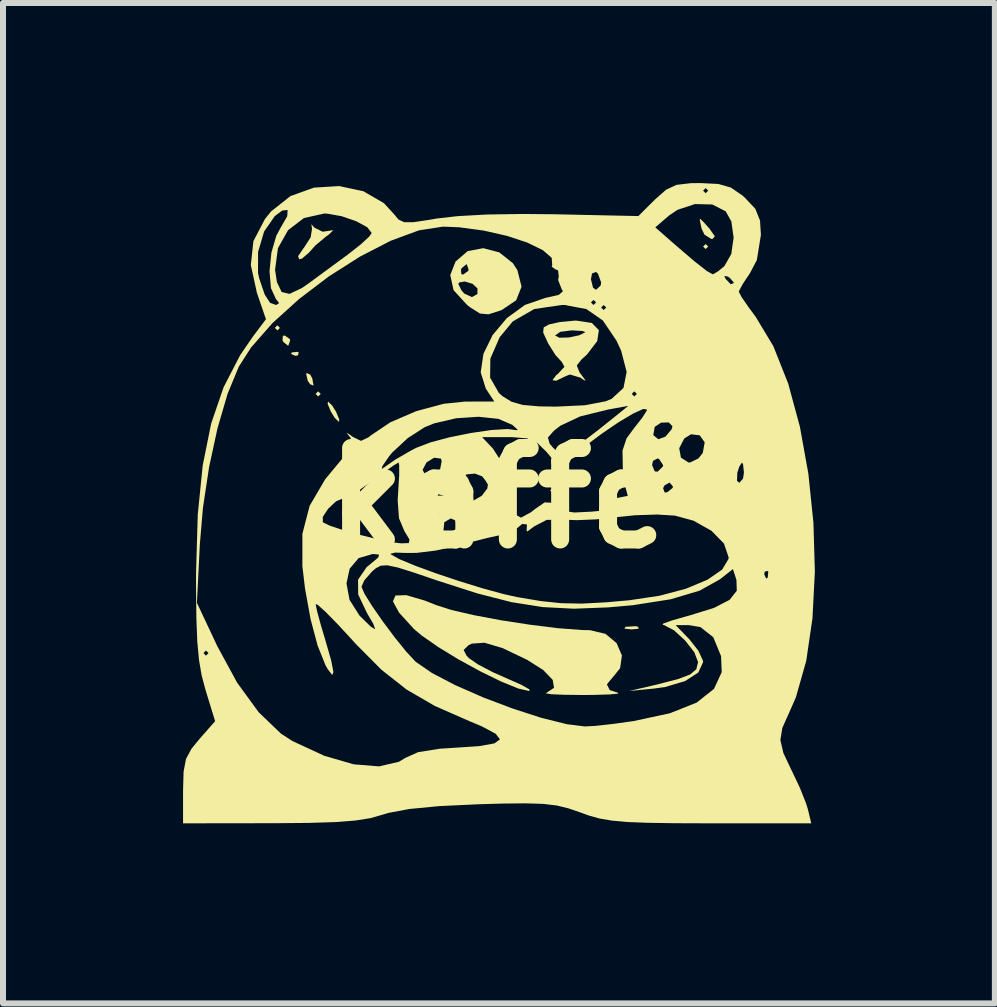
<source format=kicad_pcb>
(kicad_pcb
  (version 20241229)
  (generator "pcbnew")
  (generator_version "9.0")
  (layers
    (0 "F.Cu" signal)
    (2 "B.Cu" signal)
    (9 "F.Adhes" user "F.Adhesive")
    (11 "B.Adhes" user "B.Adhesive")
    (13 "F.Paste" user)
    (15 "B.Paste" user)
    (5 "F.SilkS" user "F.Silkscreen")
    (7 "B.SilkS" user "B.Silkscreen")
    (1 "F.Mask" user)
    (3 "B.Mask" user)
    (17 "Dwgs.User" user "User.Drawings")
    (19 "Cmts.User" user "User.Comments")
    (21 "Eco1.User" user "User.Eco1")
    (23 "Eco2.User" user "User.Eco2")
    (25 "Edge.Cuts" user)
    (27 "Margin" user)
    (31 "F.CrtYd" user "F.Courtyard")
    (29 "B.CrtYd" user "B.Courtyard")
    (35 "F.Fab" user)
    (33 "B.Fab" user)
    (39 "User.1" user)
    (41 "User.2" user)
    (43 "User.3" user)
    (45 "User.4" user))
  (footprint "kaffe"
    (layer "F.Cu")
    (at 5.267 5.249)
    (property "Reference" "kaffe" (at 0 0 0) (layer "F.SilkS") (effects (font (size 1.524 1.524) (thickness 0.3))))
    (attr board_only exclude_from_pos_files exclude_from_bom)
    (fp_poly (pts (xy -3.653 -2.836) (xy -3.695 -2.794) (xy -3.738 -2.836) (xy -3.695 -2.879)) (stroke (width 0) (type solid)) (fill yes) (layer "F.SilkS"))
    (fp_poly (pts (xy -2.973 -1.736) (xy -3.016 -1.693) (xy -3.058 -1.736) (xy -3.016 -1.778)) (stroke (width 0) (type solid)) (fill yes) (layer "F.SilkS"))
    (fp_poly (pts (xy 0.934 -0.127) (xy 0.892 -0.085) (xy 0.849 -0.127) (xy 0.892 -0.169)) (stroke (width 0) (type solid)) (fill yes) (layer "F.SilkS"))
    (fp_poly (pts (xy 3.483 -4.191) (xy 3.44 -4.149) (xy 3.398 -4.191) (xy 3.44 -4.233)) (stroke (width 0) (type solid)) (fill yes) (layer "F.SilkS"))
    (fp_poly (pts (xy -3.341 -2.427) (xy -3.353 -2.377) (xy -3.398 -2.371) (xy -3.468 -2.402) (xy -3.455 -2.427) (xy -3.354 -2.437)) (stroke (width 0) (type solid)) (fill yes) (layer "F.SilkS"))
    (fp_poly (pts (xy 2.315 2.145) (xy 2.326 2.176) (xy 2.209 2.188) (xy 2.088 2.175) (xy 2.103 2.145) (xy 2.276 2.134)) (stroke (width 0) (type solid)) (fill yes) (layer "F.SilkS"))
    (fp_poly (pts (xy -3.146 -2.055) (xy -3.114 -1.993) (xy -3.092 -1.874) (xy -3.149 -1.897) (xy -3.189 -1.953) (xy -3.215 -2.064) (xy -3.205 -2.084)) (stroke (width 0) (type solid)) (fill yes) (layer "F.SilkS"))
    (fp_poly (pts (xy -3.486 -2.648) (xy -3.483 -2.625) (xy -3.512 -2.542) (xy -3.52 -2.54) (xy -3.593 -2.599) (xy -3.61 -2.625) (xy -3.604 -2.703) (xy -3.573 -2.709)) (stroke (width 0) (type solid)) (fill yes) (layer "F.SilkS"))
    (fp_poly (pts (xy -2.784 -1.544) (xy -2.718 -1.439) (xy -2.664 -1.308) (xy -2.67 -1.27) (xy -2.738 -1.335) (xy -2.803 -1.439) (xy -2.858 -1.57) (xy -2.852 -1.609)) (stroke (width 0) (type solid)) (fill yes) (layer "F.SilkS"))
    (fp_poly (pts (xy 3.404 -4.601) (xy 3.506 -4.487) (xy 3.593 -4.362) (xy 3.557 -4.319) (xy 3.534 -4.318) (xy 3.421 -4.389) (xy 3.373 -4.487) (xy 3.344 -4.623) (xy 3.345 -4.657)) (stroke (width 0) (type solid)) (fill yes) (layer "F.SilkS"))
    (fp_poly (pts (xy -3.079 -4.506) (xy -2.941 -4.438) (xy -2.839 -4.453) (xy -2.763 -4.465) (xy -2.83 -4.398) (xy -2.888 -4.355) (xy -3.063 -4.209) (xy -3.169 -4.09) (xy -3.285 -3.99) (xy -3.332 -3.979) (xy -3.35 -4.031) (xy -3.265 -4.157) (xy -3.254 -4.17) (xy -3.141 -4.344) (xy -3.118 -4.487) (xy -3.13 -4.564)) (stroke (width 0) (type solid)) (fill yes) (layer "F.SilkS"))
    (fp_poly (pts (xy 0.002 -4.094) (xy 0.229 -3.913) (xy 0.303 -3.799) (xy 0.373 -3.523) (xy 0.283 -3.295) (xy 0.04 -3.132) (xy 0.032 -3.129) (xy -0.177 -3.062) (xy -0.32 -3.075) (xy -0.487 -3.181) (xy -0.536 -3.22) (xy -0.76 -3.464) (xy -0.782 -3.565) (xy -0.68 -3.565) (xy -0.627 -3.46) (xy -0.581 -3.407) (xy -0.454 -3.349) (xy -0.363 -3.4) (xy -0.361 -3.493) (xy -0.443 -3.57) (xy -0.573 -3.609) (xy -0.669 -3.592) (xy -0.68 -3.565) (xy -0.782 -3.565) (xy -0.815 -3.716) (xy -0.778 -3.81) (xy -0.637 -3.81) (xy -0.63 -3.732) (xy -0.6 -3.725) (xy -0.513 -3.787) (xy -0.51 -3.81) (xy -0.539 -3.892) (xy -0.547 -3.895) (xy -0.62 -3.835) (xy -0.637 -3.81) (xy -0.778 -3.81) (xy -0.727 -3.941) (xy -0.525 -4.115) (xy -0.266 -4.164)) (stroke (width 0) (type solid)) (fill yes) (layer "F.SilkS"))
    (fp_poly (pts (xy 1.544 -2.918) (xy 1.661 -2.798) (xy 1.634 -2.616) (xy 1.462 -2.391) (xy 1.372 -2.31) (xy 1.293 -2.209) (xy 1.341 -2.091) (xy 1.368 -2.056) (xy 1.443 -1.954) (xy 1.406 -1.969) (xy 1.356 -2.006) (xy 1.179 -2.059) (xy 1.101 -2.028) (xy 0.949 -1.955) (xy 0.888 -1.965) (xy 0.949 -2.046) (xy 0.982 -2.073) (xy 1.087 -2.187) (xy 1.046 -2.265) (xy 0.938 -2.383) (xy 0.817 -2.576) (xy 0.813 -2.584) (xy 0.756 -2.708) (xy 0.934 -2.708) (xy 1.003 -2.672) (xy 1.161 -2.676) (xy 1.334 -2.713) (xy 1.437 -2.764) (xy 1.389 -2.784) (xy 1.224 -2.794) (xy 1.203 -2.794) (xy 1.018 -2.77) (xy 0.935 -2.713) (xy 0.934 -2.708) (xy 0.756 -2.708) (xy 0.733 -2.758) (xy 0.742 -2.844) (xy 0.83 -2.893) (xy 1.013 -2.934) (xy 1.262 -2.957) (xy 1.286 -2.957)) (stroke (width 0) (type solid)) (fill yes) (layer "F.SilkS"))
    (fp_poly (pts (xy -1.235 1.709) (xy -1.052 1.782) (xy -0.794 1.865) (xy -0.415 1.952) (xy 0.039 2.037) (xy 0.521 2.111) (xy 0.983 2.168) (xy 1.378 2.198) (xy 1.514 2.201) (xy 1.772 2.262) (xy 1.957 2.417) (xy 2.045 2.622) (xy 2.015 2.834) (xy 1.911 2.963) (xy 1.795 3.103) (xy 1.842 3.199) (xy 1.975 3.242) (xy 1.983 3.258) (xy 1.846 3.271) (xy 1.593 3.279) (xy 1.402 3.281) (xy 1.087 3.277) (xy 0.869 3.268) (xy 0.777 3.253) (xy 0.791 3.243) (xy 0.914 3.161) (xy 0.892 3.029) (xy 0.734 2.865) (xy 0.466 2.695) (xy 0.056 2.499) (xy -0.245 2.41) (xy -0.456 2.425) (xy -0.51 2.451) (xy -0.592 2.531) (xy -0.544 2.625) (xy -0.503 2.667) (xy -0.355 2.77) (xy -0.107 2.9) (xy 0.134 3.007) (xy 0.369 3.111) (xy 0.502 3.186) (xy 0.506 3.215) (xy 0.505 3.215) (xy 0.319 3.173) (xy 0.034 3.057) (xy -0.311 2.888) (xy -0.674 2.69) (xy -1.015 2.482) (xy -1.293 2.288) (xy -1.423 2.178) (xy -1.669 1.907) (xy -1.77 1.721) (xy -1.728 1.623) (xy -1.549 1.617)) (stroke (width 0) (type solid)) (fill yes) (layer "F.SilkS"))
    (fp_poly (pts (xy 3.651 -5.234) (xy 3.861 -5.174) (xy 4.05 -5.044) (xy 4.09 -5.009) (xy 4.268 -4.82) (xy 4.346 -4.624) (xy 4.361 -4.385) (xy 4.293 -3.965) (xy 4.177 -3.745) (xy 4.057 -3.565) (xy 3.995 -3.449) (xy 3.993 -3.438) (xy 4.04 -3.348) (xy 4.162 -3.171) (xy 4.273 -3.022) (xy 4.569 -2.53) (xy 4.816 -1.907) (xy 5.011 -1.187) (xy 5.152 -0.403) (xy 5.236 0.412) (xy 5.26 1.225) (xy 5.22 2.003) (xy 5.116 2.713) (xy 4.943 3.322) (xy 4.832 3.574) (xy 4.718 3.828) (xy 4.685 4.031) (xy 4.735 4.246) (xy 4.873 4.539) (xy 4.88 4.552) (xy 5.012 4.831) (xy 5.114 5.088) (xy 5.144 5.186) (xy 5.2 5.419) (xy 3.513 5.419) (xy 2.921 5.417) (xy 2.469 5.41) (xy 2.129 5.397) (xy 1.872 5.373) (xy 1.669 5.338) (xy 1.491 5.288) (xy 1.359 5.24) (xy 1.156 5.17) (xy 0.96 5.122) (xy 0.733 5.095) (xy 0.439 5.086) (xy 0.039 5.09) (xy -0.34 5.101) (xy -0.997 5.132) (xy -1.496 5.18) (xy -1.849 5.246) (xy -1.954 5.278) (xy -2.147 5.333) (xy -2.395 5.372) (xy -2.726 5.398) (xy -3.168 5.412) (xy -3.749 5.417) (xy -3.802 5.417) (xy -5.267 5.419) (xy -5.267 4.871) (xy -5.258 4.557) (xy -5.218 4.346) (xy -5.126 4.175) (xy -5 4.021) (xy -4.733 3.717) (xy -4.894 3.192) (xy -4.957 2.956) (xy -5.001 2.7) (xy -5.012 2.582) (xy -4.927 2.582) (xy -4.885 2.625) (xy -4.842 2.582) (xy -4.885 2.54) (xy -4.927 2.582) (xy -5.012 2.582) (xy -5.03 2.393) (xy -5.045 1.998) (xy -5.048 1.745) (xy -5.036 1.745) (xy -4.696 2.468) (xy -4.366 3.075) (xy -4.007 3.568) (xy -3.635 3.925) (xy -3.447 4.047) (xy -2.913 4.294) (xy -2.423 4.436) (xy -2.001 4.47) (xy -1.669 4.393) (xy -1.567 4.33) (xy -1.35 4.233) (xy -0.99 4.176) (xy -0.759 4.161) (xy -0.336 4.133) (xy -0.079 4.087) (xy 0.013 4.02) (xy -0.058 3.927) (xy -0.287 3.804) (xy -0.488 3.72) (xy -1.071 3.464) (xy -1.543 3.19) (xy -1.963 2.859) (xy -2.387 2.432) (xy -2.444 2.369) (xy -2.691 2.101) (xy -2.89 1.898) (xy -3.02 1.781) (xy -3.058 1.766) (xy -3.034 1.884) (xy -2.972 2.112) (xy -2.892 2.381) (xy -2.799 2.705) (xy -2.762 2.897) (xy -2.781 2.948) (xy -2.857 2.85) (xy -2.894 2.784) (xy -3.025 2.458) (xy -3.143 2.014) (xy -3.236 1.501) (xy -3.245 1.422) (xy -2.544 1.422) (xy -2.493 1.695) (xy -2.329 1.955) (xy -2.32 1.964) (xy -2.14 2.141) (xy -2.066 2.187) (xy -2.095 2.099) (xy -2.202 1.916) (xy -2.349 1.606) (xy -2.35 1.478) (xy -2.294 1.478) (xy -2.244 1.594) (xy -2.116 1.8) (xy -1.938 2.056) (xy -1.74 2.321) (xy -1.551 2.555) (xy -1.399 2.719) (xy -1.387 2.73) (xy -1.12 2.914) (xy -0.733 3.116) (xy -0.269 3.32) (xy 0.226 3.507) (xy 0.708 3.663) (xy 1.132 3.768) (xy 1.428 3.805) (xy 1.608 3.795) (xy 1.895 3.763) (xy 2.227 3.717) (xy 2.235 3.716) (xy 2.844 3.585) (xy 3.291 3.407) (xy 3.579 3.179) (xy 3.708 2.9) (xy 3.697 2.634) (xy 3.568 2.319) (xy 3.353 2.149) (xy 3.164 2.117) (xy 2.941 2.117) (xy 3.17 2.354) (xy 3.319 2.543) (xy 3.395 2.708) (xy 3.398 2.733) (xy 3.318 2.906) (xy 3.098 3.049) (xy 2.768 3.147) (xy 2.585 3.173) (xy 2.166 3.214) (xy 2.638 3.104) (xy 2.979 3.016) (xy 3.184 2.938) (xy 3.285 2.851) (xy 3.313 2.738) (xy 3.313 2.73) (xy 3.251 2.568) (xy 3.099 2.373) (xy 2.913 2.203) (xy 2.746 2.115) (xy 2.724 2.112) (xy 2.732 2.091) (xy 2.875 2.04) (xy 3.123 1.969) (xy 3.168 1.957) (xy 3.581 1.829) (xy 3.84 1.695) (xy 3.959 1.543) (xy 3.953 1.363) (xy 3.923 1.27) (xy 4.417 1.27) (xy 4.448 1.34) (xy 4.474 1.326) (xy 4.484 1.226) (xy 4.474 1.214) (xy 4.424 1.225) (xy 4.417 1.27) (xy 3.923 1.27) (xy 3.895 1.183) (xy 3.677 1.354) (xy 3.338 1.543) (xy 2.857 1.686) (xy 2.225 1.785) (xy 1.815 1.821) (xy 1.246 1.843) (xy 0.726 1.816) (xy 0.206 1.734) (xy -0.365 1.588) (xy -1.033 1.373) (xy -1.426 1.239) (xy -1.691 1.156) (xy -1.862 1.12) (xy -1.973 1.126) (xy -2.055 1.169) (xy -2.116 1.221) (xy -2.247 1.37) (xy -2.294 1.478) (xy -2.35 1.478) (xy -2.352 1.361) (xy -2.21 1.153) (xy -2.155 1.107) (xy -2.014 0.989) (xy -2.002 0.941) (xy -2.106 0.931) (xy -2.342 1) (xy -2.491 1.177) (xy -2.544 1.422) (xy -3.245 1.422) (xy -3.279 1.136) (xy -3.279 0.928) (xy -1.809 0.928) (xy -1.803 0.939) (xy -1.661 1.018) (xy -1.396 1.128) (xy -1.049 1.255) (xy -0.66 1.385) (xy -0.271 1.505) (xy 0.077 1.6) (xy 0.297 1.649) (xy 0.694 1.716) (xy 1.032 1.751) (xy 1.373 1.758) (xy 1.777 1.737) (xy 2.17 1.702) (xy 2.672 1.627) (xy 3.114 1.509) (xy 3.471 1.36) (xy 3.715 1.191) (xy 3.821 1.014) (xy 3.823 0.986) (xy 3.745 0.757) (xy 3.536 0.544) (xy 3.237 0.376) (xy 2.928 0.292) (xy 2.634 0.274) (xy 2.264 0.286) (xy 1.973 0.316) (xy 1.622 0.354) (xy 1.288 0.368) (xy 1.079 0.359) (xy 0.792 0.363) (xy 0.581 0.473) (xy 0.576 0.477) (xy 0.469 0.557) (xy 0.455 0.534) (xy 0.458 0.529) (xy 0.463 0.44) (xy 0.385 0.43) (xy 0.303 0.498) (xy 0.193 0.567) (xy 0.022 0.616) (xy -0.187 0.662) (xy -0.485 0.737) (xy -0.722 0.801) (xy -1.055 0.874) (xy -1.375 0.913) (xy -1.548 0.914) (xy -1.734 0.908) (xy -1.809 0.928) (xy -3.279 0.928) (xy -3.279 0.596) (xy -3.206 0.314) (xy -2.939 0.314) (xy -2.938 0.403) (xy -2.823 0.459) (xy -2.593 0.536) (xy -2.303 0.617) (xy -2.004 0.69) (xy -1.751 0.74) (xy -1.633 0.754) (xy -1.505 0.749) (xy -1.494 0.691) (xy -1.58 0.549) (xy -1.586 0.535) (xy -0.928 0.535) (xy -0.878 0.621) (xy -0.757 0.675) (xy -0.686 0.58) (xy -0.68 0.508) (xy -0.733 0.37) (xy -0.807 0.339) (xy -0.914 0.402) (xy -0.928 0.535) (xy -1.586 0.535) (xy -1.669 0.335) (xy -1.685 0.12) (xy -1.071 0.12) (xy -1.063 0.233) (xy -0.986 0.254) (xy -0.868 0.193) (xy -0.849 0.132) (xy -0.901 -0.012) (xy -0.934 -0.042) (xy -1.014 -0.065) (xy -1.019 -0.054) (xy -1.046 0.05) (xy -1.071 0.12) (xy -1.685 0.12) (xy -1.691 0.039) (xy -1.681 -0.128) (xy -1.675 -0.232) (xy -0.595 -0.232) (xy -0.574 -0.053) (xy -0.541 0.025) (xy -0.427 0.041) (xy -0.29 -0.038) (xy -0.196 -0.163) (xy -0.187 -0.239) (xy -0.283 -0.362) (xy -0.404 -0.408) (xy -0.55 -0.394) (xy -0.594 -0.267) (xy -0.595 -0.232) (xy -1.675 -0.232) (xy -1.666 -0.382) (xy -1.666 -0.468) (xy -1.274 -0.468) (xy -1.22 -0.358) (xy -1.104 -0.352) (xy -0.997 -0.449) (xy -0.984 -0.478) (xy -0.958 -0.617) (xy -0.971 -0.658) (xy -1.083 -0.673) (xy -1.21 -0.595) (xy -1.274 -0.474) (xy -1.274 -0.468) (xy -1.666 -0.468) (xy -1.666 -0.551) (xy -1.676 -0.593) (xy -1.756 -0.546) (xy -1.928 -0.424) (xy -2.099 -0.296) (xy -2.328 -0.135) (xy -2.512 -0.027) (xy -2.59 0) (xy -2.718 0.054) (xy -2.85 0.178) (xy -2.939 0.314) (xy -3.206 0.314) (xy -3.158 0.129) (xy -2.9 -0.312) (xy -2.757 -0.485) (xy -1.956 -0.485) (xy -1.906 -0.519) (xy -1.729 -0.642) (xy -1.479 -0.787) (xy -1.379 -0.839) (xy -1.142 -0.929) (xy -0.823 -1.014) (xy -0.812 -1.016) (xy -0.284 -1.016) (xy -0.105 -0.826) (xy 0.136 -0.455) (xy 0.25 -0.021) (xy 0.255 0.09) (xy 0.279 0.279) (xy 0.364 0.326) (xy 0.531 0.235) (xy 0.606 0.176) (xy 0.759 0.071) (xy 0.865 0.077) (xy 0.952 0.144) (xy 1.072 0.214) (xy 1.253 0.24) (xy 1.54 0.226) (xy 1.66 0.214) (xy 1.959 0.177) (xy 2.12 0.136) (xy 2.172 0.079) (xy 2.157 0.014) (xy 2.111 -0.155) (xy 2.109 -0.165) (xy 2.731 -0.165) (xy 2.758 -0.093) (xy 2.799 -0.097) (xy 2.89 -0.169) (xy 2.895 -0.193) (xy 2.839 -0.259) (xy 2.754 -0.211) (xy 2.731 -0.165) (xy 2.109 -0.165) (xy 2.09 -0.288) (xy 3.963 -0.288) (xy 4.001 -0.254) (xy 4.063 -0.325) (xy 4.078 -0.423) (xy 4.064 -0.561) (xy 4.045 -0.593) (xy 4 -0.523) (xy 3.968 -0.423) (xy 3.963 -0.288) (xy 2.09 -0.288) (xy 2.07 -0.41) (xy 2.059 -0.514) (xy 2.059 -0.55) (xy 2.548 -0.55) (xy 2.592 -0.445) (xy 2.64 -0.44) (xy 2.728 -0.527) (xy 2.731 -0.55) (xy 2.665 -0.65) (xy 2.64 -0.661) (xy 2.562 -0.62) (xy 2.548 -0.55) (xy 2.059 -0.55) (xy 2.055 -0.792) (xy 2.068 -0.831) (xy 3 -0.831) (xy 3.028 -0.675) (xy 3.153 -0.594) (xy 3.18 -0.593) (xy 3.319 -0.66) (xy 3.393 -0.753) (xy 3.424 -0.93) (xy 3.341 -1.046) (xy 3.196 -1.063) (xy 3.085 -0.994) (xy 3 -0.831) (xy 2.068 -0.831) (xy 2.122 -0.994) (xy 2.162 -1.049) (xy 2.568 -1.049) (xy 2.652 -0.981) (xy 2.768 -1.022) (xy 2.871 -1.143) (xy 2.888 -1.196) (xy 2.826 -1.261) (xy 2.698 -1.257) (xy 2.592 -1.187) (xy 2.591 -1.185) (xy 2.568 -1.049) (xy 2.162 -1.049) (xy 2.244 -1.161) (xy 2.383 -1.338) (xy 2.459 -1.458) (xy 2.464 -1.475) (xy 2.401 -1.485) (xy 2.234 -1.409) (xy 1.993 -1.266) (xy 1.708 -1.072) (xy 1.462 -0.888) (xy 0.996 -0.523) (xy 0.788 -0.77) (xy 0.634 -0.921) (xy 0.465 -0.995) (xy 0.294 -1.009) (xy 0.812 -1.009) (xy 0.841 -0.907) (xy 0.901 -0.836) (xy 0.977 -0.771) (xy 1.064 -0.755) (xy 1.188 -0.801) (xy 1.374 -0.923) (xy 1.647 -1.132) (xy 1.904 -1.337) (xy 2.152 -1.537) (xy 1.819 -1.476) (xy 1.35 -1.361) (xy 1.02 -1.206) (xy 0.913 -1.123) (xy 0.812 -1.009) (xy 0.294 -1.009) (xy 0.209 -1.016) (xy 0.148 -1.016) (xy -0.284 -1.016) (xy -0.812 -1.016) (xy -0.469 -1.085) (xy -0.132 -1.134) (xy 0.14 -1.151) (xy 0.294 -1.131) (xy 0.306 -1.142) (xy 0.217 -1.221) (xy -0.013 -1.32) (xy -0.344 -1.355) (xy -0.719 -1.33) (xy -1.082 -1.245) (xy -1.241 -1.181) (xy -1.525 -0.998) (xy -1.783 -0.758) (xy -1.835 -0.694) (xy -1.946 -0.533) (xy -1.956 -0.485) (xy -2.757 -0.485) (xy -2.688 -0.568) (xy -2.514 -0.778) (xy -2.449 -0.912) (xy -2.479 -1.008) (xy -2.488 -1.019) (xy -2.546 -1.091) (xy -2.487 -1.056) (xy -2.441 -1.021) (xy -2.302 -0.953) (xy -2.173 -1.015) (xy -2.143 -1.041) (xy -1.813 -1.263) (xy -1.383 -1.448) (xy -0.926 -1.571) (xy -0.571 -1.608) (xy -0.081 -1.609) (xy -0.223 -1.824) (xy -0.28 -2.007) (xy -0.151 -2.007) (xy -0.004 -1.751) (xy 0.054 -1.699) (xy 0.205 -1.606) (xy 0.395 -1.552) (xy 0.671 -1.528) (xy 0.95 -1.524) (xy 1.43 -1.547) (xy 1.774 -1.613) (xy 1.873 -1.653) (xy 1.963 -1.736) (xy 2.209 -1.736) (xy 2.251 -1.693) (xy 2.294 -1.736) (xy 2.251 -1.778) (xy 2.209 -1.736) (xy 1.963 -1.736) (xy 2.071 -1.835) (xy 2.124 -2.102) (xy 2.032 -2.456) (xy 1.955 -2.622) (xy 1.728 -2.959) (xy 1.452 -3.15) (xy 1.316 -3.175) (xy 1.699 -3.175) (xy 1.741 -3.133) (xy 1.784 -3.175) (xy 1.741 -3.217) (xy 1.699 -3.175) (xy 1.316 -3.175) (xy 1.092 -3.217) (xy 1.039 -3.217) (xy 0.585 -3.15) (xy 0.227 -2.944) (xy 0.008 -2.68) (xy -0.147 -2.323) (xy -0.151 -2.007) (xy -0.28 -2.007) (xy -0.308 -2.095) (xy -0.262 -2.404) (xy -0.109 -2.717) (xy 0.129 -3) (xy 0.429 -3.218) (xy 0.551 -3.26) (xy 1.529 -3.26) (xy 1.572 -3.217) (xy 1.614 -3.26) (xy 1.572 -3.302) (xy 1.529 -3.26) (xy 0.551 -3.26) (xy 0.769 -3.335) (xy 0.993 -3.386) (xy 1.062 -3.445) (xy 1.04 -3.485) (xy 0.982 -3.634) (xy 0.984 -3.646) (xy 1.529 -3.646) (xy 1.564 -3.505) (xy 1.614 -3.471) (xy 1.69 -3.54) (xy 1.699 -3.593) (xy 1.66 -3.701) (xy 3.751 -3.701) (xy 3.772 -3.654) (xy 3.858 -3.563) (xy 3.907 -3.582) (xy 3.908 -3.593) (xy 3.847 -3.665) (xy 3.81 -3.691) (xy 3.751 -3.701) (xy 1.66 -3.701) (xy 1.647 -3.737) (xy 1.614 -3.768) (xy 1.547 -3.742) (xy 1.529 -3.646) (xy 0.984 -3.646) (xy 0.993 -3.693) (xy 0.981 -3.795) (xy 0.939 -3.81) (xy 0.875 -3.855) (xy 0.884 -3.882) (xy 0.875 -4.003) (xy 0.727 -4.131) (xy 0.469 -4.257) (xy 0.131 -4.369) (xy -0.257 -4.457) (xy -0.658 -4.511) (xy 2.601 -4.511) (xy 2.928 -4.224) (xy 3.253 -3.946) (xy 3.462 -3.782) (xy 3.561 -3.728) (xy 3.644 -3.776) (xy 3.752 -3.865) (xy 3.867 -4.066) (xy 3.906 -4.34) (xy 3.868 -4.611) (xy 3.774 -4.778) (xy 3.551 -4.892) (xy 3.262 -4.899) (xy 2.971 -4.803) (xy 2.834 -4.711) (xy 2.601 -4.511) (xy -0.658 -4.511) (xy -0.666 -4.512) (xy -0.934 -4.523) (xy -1.334 -4.462) (xy -1.806 -4.288) (xy -2.318 -4.024) (xy -2.839 -3.693) (xy -3.336 -3.315) (xy -3.779 -2.914) (xy -4.134 -2.509) (xy -4.338 -2.19) (xy -4.525 -1.738) (xy -4.693 -1.164) (xy -4.834 -0.513) (xy -4.936 0.166) (xy -4.987 0.767) (xy -5.036 1.745) (xy -5.048 1.745) (xy -5.051 1.482) (xy -5.05 1.228) (xy -5.022 0.273) (xy -4.94 -0.542) (xy -4.799 -1.241) (xy -4.592 -1.846) (xy -4.315 -2.383) (xy -4.099 -2.697) (xy -3.886 -2.98) (xy -4.037 -3.422) (xy -4.109 -3.751) (xy -4.018 -3.751) (xy -3.998 -3.66) (xy -3.906 -3.39) (xy -3.817 -3.253) (xy -3.716 -3.217) (xy -3.666 -3.249) (xy -3.721 -3.319) (xy -3.803 -3.499) (xy -3.826 -3.776) (xy -3.824 -3.804) (xy -3.734 -3.804) (xy -3.703 -3.599) (xy -3.625 -3.434) (xy -3.494 -3.402) (xy -3.285 -3.501) (xy -3.176 -3.577) (xy -2.955 -3.739) (xy -2.678 -3.943) (xy -2.52 -4.059) (xy -2.306 -4.227) (xy -2.162 -4.36) (xy -2.124 -4.417) (xy -2.198 -4.513) (xy -2.384 -4.614) (xy -2.626 -4.697) (xy -2.868 -4.74) (xy -2.915 -4.741) (xy -3.253 -4.666) (xy -3.518 -4.463) (xy -3.686 -4.164) (xy -3.734 -3.804) (xy -3.824 -3.804) (xy -3.796 -4.086) (xy -3.714 -4.37) (xy -3.644 -4.5) (xy -3.531 -4.697) (xy -3.525 -4.801) (xy -3.615 -4.791) (xy -3.738 -4.699) (xy -3.917 -4.441) (xy -4.017 -4.1) (xy -4.018 -3.751) (xy -4.109 -3.751) (xy -4.138 -3.883) (xy -4.095 -4.281) (xy -3.902 -4.651) (xy -3.8 -4.777) (xy -3.477 -5.032) (xy -3.085 -5.173) (xy -2.666 -5.199) (xy -2.263 -5.113) (xy -1.92 -4.914) (xy -1.754 -4.733) (xy -1.677 -4.641) (xy -1.584 -4.597) (xy -1.428 -4.597) (xy -1.166 -4.636) (xy -1.048 -4.657) (xy -0.69 -4.698) (xy -0.198 -4.725) (xy 0.392 -4.734) (xy 0.926 -4.729) (xy 2.319 -4.699) (xy 2.595 -4.974) (xy 2.763 -5.122) (xy 3.398 -5.122) (xy 3.44 -5.08) (xy 3.483 -5.122) (xy 3.44 -5.165) (xy 3.398 -5.122) (xy 2.763 -5.122) (xy 2.779 -5.137) (xy 2.954 -5.219) (xy 3.192 -5.247) (xy 3.346 -5.249)) (stroke (width 0) (type solid)) (fill yes) (layer "F.SilkS")))
  (gr_rect
    (start -3 -3)
    (end 13.526 13.668)
    (stroke (width 0.1) (type default))
    (fill no)
    (layer "Edge.Cuts")))
</source>
